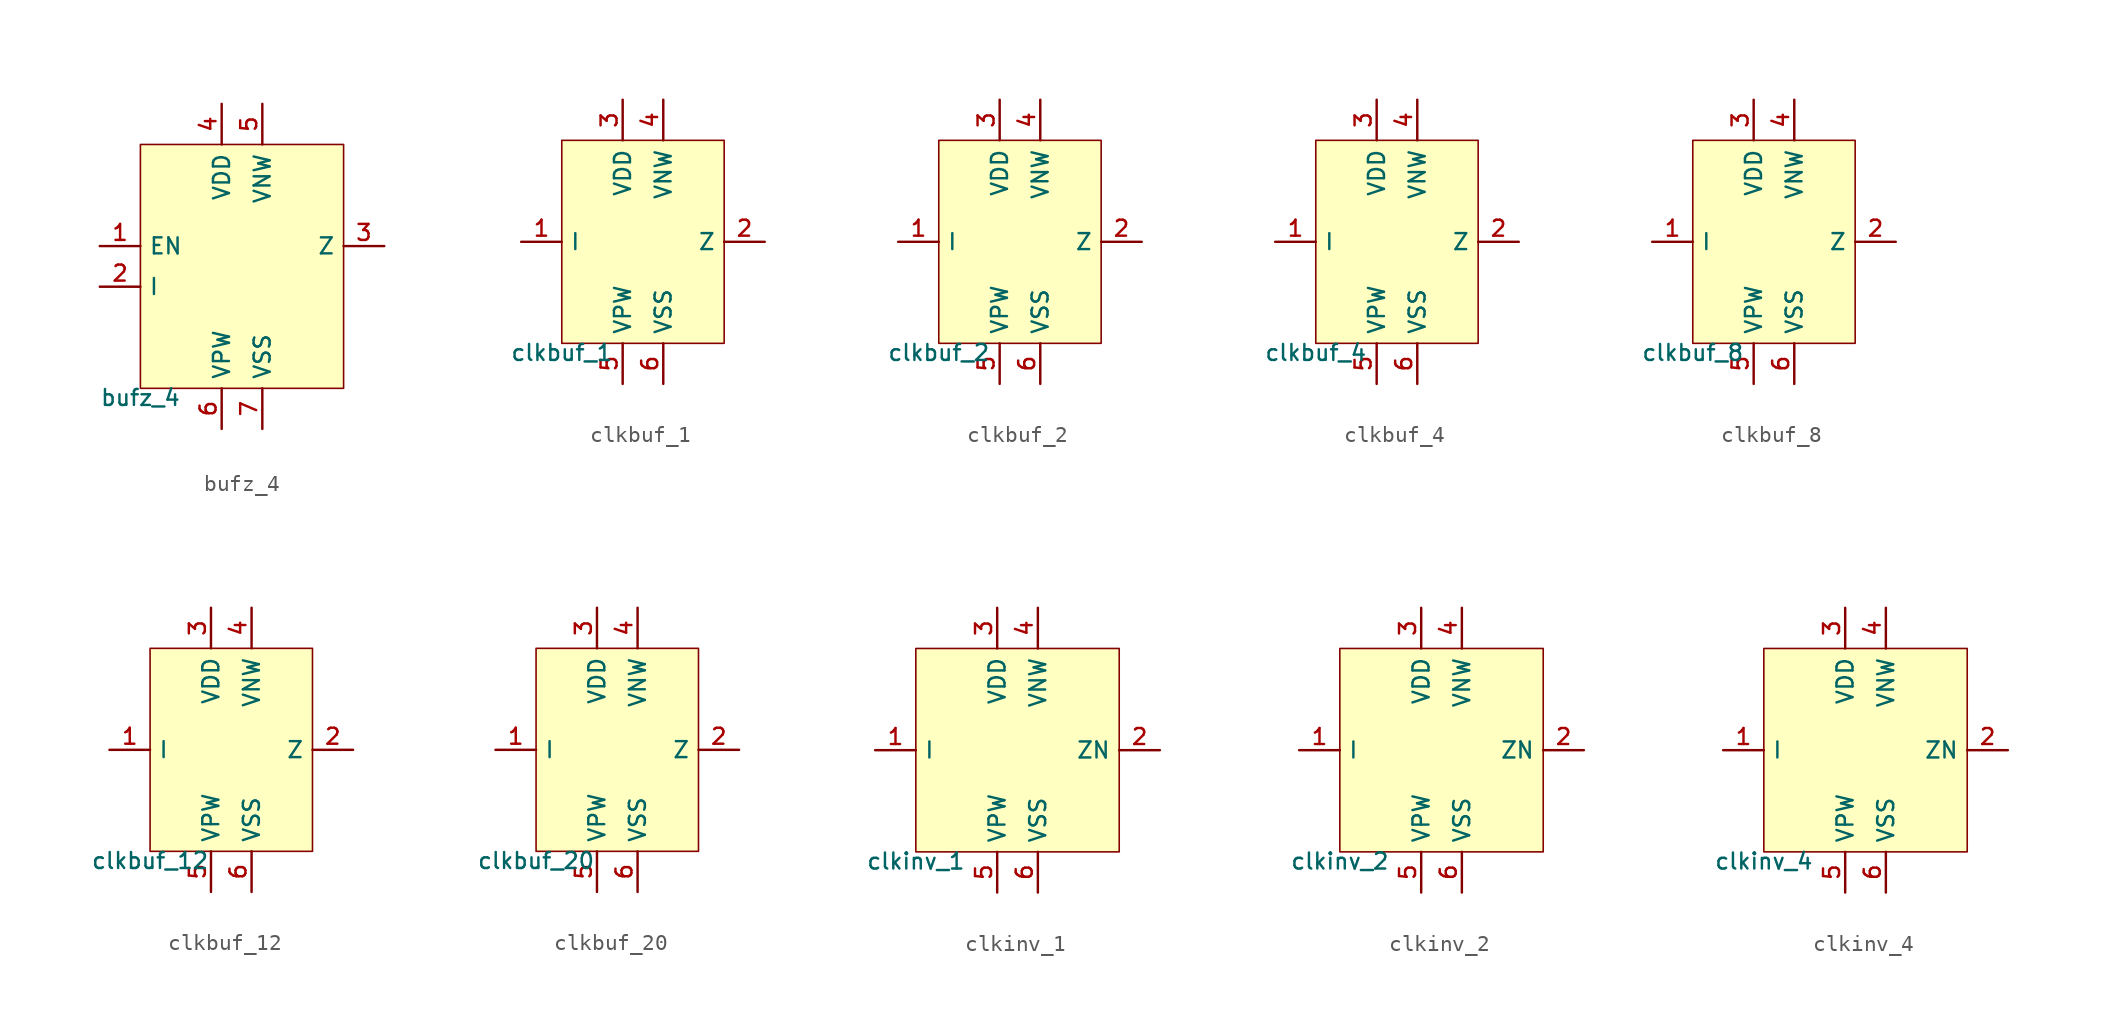
<source format=kicad_sym>
(kicad_symbol_lib
  (version 20211014)
  (generator pdk2kicad)
  (symbol "bufz_4"
    (property "Reference" "X"
      (at 0 0 0)
      (effects (font (size 1 1)) hide))
    (property "Value" "bufz_4"
      (at -6.35 -7.62 0)
      (effects (font (size 1 1)) (justify top)))
    (rectangle
      (start -6.35 -7.62)
      (end 6.35 7.62)
      (stroke (width 0.1) (type solid) (color 0 0 0 0))
      (fill (type background)))
    (pin input line
      (at -8.89 1.27 0)
      (length 2.54)
      (name "EN" (effects (font (size 1 1)) hide))
      (number "1" (effects (font (size 1 1)) hide)))
    (pin input line
      (at -8.89 -1.27 0)
      (length 2.54)
      (name "I" (effects (font (size 1 1)) hide))
      (number "2" (effects (font (size 1 1)) hide)))
    (pin output line
      (at 8.89 1.27 180)
      (length 2.54)
      (name "Z" (effects (font (size 1 1)) hide))
      (number "3" (effects (font (size 1 1)) hide)))
    (pin power_in line
      (at -1.27 10.16 270)
      (length 2.54)
      (name "VDD" (effects (font (size 1 1)) hide))
      (number "4" (effects (font (size 1 1)) hide)))
    (pin power_in line
      (at 1.27 10.16 270)
      (length 2.54)
      (name "VNW" (effects (font (size 1 1)) hide))
      (number "5" (effects (font (size 1 1)) hide)))
    (pin power_in line
      (at -1.27 -10.16 90)
      (length 2.54)
      (name "VPW" (effects (font (size 1 1)) hide))
      (number "6" (effects (font (size 1 1)) hide)))
    (pin power_in line
      (at 1.27 -10.16 90)
      (length 2.54)
      (name "VSS" (effects (font (size 1 1)) hide))
      (number "7" (effects (font (size 1 1)) hide))))
  (symbol "clkbuf_1"
    (property "Reference" "X"
      (at 0 0 0)
      (effects (font (size 1 1)) hide))
    (property "Value" "clkbuf_1"
      (at -5.08 -6.35 0)
      (effects (font (size 1 1)) (justify top)))
    (rectangle
      (start -5.08 -6.35)
      (end 5.08 6.35)
      (stroke (width 0.1) (type solid) (color 0 0 0 0))
      (fill (type background)))
    (pin input line
      (at -7.62 -4.440892098500626e-16 0)
      (length 2.54)
      (name "I" (effects (font (size 1 1)) hide))
      (number "1" (effects (font (size 1 1)) hide)))
    (pin output line
      (at 7.62 -4.440892098500626e-16 180)
      (length 2.54)
      (name "Z" (effects (font (size 1 1)) hide))
      (number "2" (effects (font (size 1 1)) hide)))
    (pin power_in line
      (at -1.27 8.89 270)
      (length 2.54)
      (name "VDD" (effects (font (size 1 1)) hide))
      (number "3" (effects (font (size 1 1)) hide)))
    (pin power_in line
      (at 1.27 8.89 270)
      (length 2.54)
      (name "VNW" (effects (font (size 1 1)) hide))
      (number "4" (effects (font (size 1 1)) hide)))
    (pin power_in line
      (at -1.27 -8.89 90)
      (length 2.54)
      (name "VPW" (effects (font (size 1 1)) hide))
      (number "5" (effects (font (size 1 1)) hide)))
    (pin power_in line
      (at 1.27 -8.89 90)
      (length 2.54)
      (name "VSS" (effects (font (size 1 1)) hide))
      (number "6" (effects (font (size 1 1)) hide))))
  (symbol "clkbuf_2"
    (property "Reference" "X"
      (at 0 0 0)
      (effects (font (size 1 1)) hide))
    (property "Value" "clkbuf_2"
      (at -5.08 -6.35 0)
      (effects (font (size 1 1)) (justify top)))
    (rectangle
      (start -5.08 -6.35)
      (end 5.08 6.35)
      (stroke (width 0.1) (type solid) (color 0 0 0 0))
      (fill (type background)))
    (pin input line
      (at -7.62 -4.440892098500626e-16 0)
      (length 2.54)
      (name "I" (effects (font (size 1 1)) hide))
      (number "1" (effects (font (size 1 1)) hide)))
    (pin output line
      (at 7.62 -4.440892098500626e-16 180)
      (length 2.54)
      (name "Z" (effects (font (size 1 1)) hide))
      (number "2" (effects (font (size 1 1)) hide)))
    (pin power_in line
      (at -1.27 8.89 270)
      (length 2.54)
      (name "VDD" (effects (font (size 1 1)) hide))
      (number "3" (effects (font (size 1 1)) hide)))
    (pin power_in line
      (at 1.27 8.89 270)
      (length 2.54)
      (name "VNW" (effects (font (size 1 1)) hide))
      (number "4" (effects (font (size 1 1)) hide)))
    (pin power_in line
      (at -1.27 -8.89 90)
      (length 2.54)
      (name "VPW" (effects (font (size 1 1)) hide))
      (number "5" (effects (font (size 1 1)) hide)))
    (pin power_in line
      (at 1.27 -8.89 90)
      (length 2.54)
      (name "VSS" (effects (font (size 1 1)) hide))
      (number "6" (effects (font (size 1 1)) hide))))
  (symbol "clkbuf_4"
    (property "Reference" "X"
      (at 0 0 0)
      (effects (font (size 1 1)) hide))
    (property "Value" "clkbuf_4"
      (at -5.08 -6.35 0)
      (effects (font (size 1 1)) (justify top)))
    (rectangle
      (start -5.08 -6.35)
      (end 5.08 6.35)
      (stroke (width 0.1) (type solid) (color 0 0 0 0))
      (fill (type background)))
    (pin input line
      (at -7.62 -4.440892098500626e-16 0)
      (length 2.54)
      (name "I" (effects (font (size 1 1)) hide))
      (number "1" (effects (font (size 1 1)) hide)))
    (pin output line
      (at 7.62 -4.440892098500626e-16 180)
      (length 2.54)
      (name "Z" (effects (font (size 1 1)) hide))
      (number "2" (effects (font (size 1 1)) hide)))
    (pin power_in line
      (at -1.27 8.89 270)
      (length 2.54)
      (name "VDD" (effects (font (size 1 1)) hide))
      (number "3" (effects (font (size 1 1)) hide)))
    (pin power_in line
      (at 1.27 8.89 270)
      (length 2.54)
      (name "VNW" (effects (font (size 1 1)) hide))
      (number "4" (effects (font (size 1 1)) hide)))
    (pin power_in line
      (at -1.27 -8.89 90)
      (length 2.54)
      (name "VPW" (effects (font (size 1 1)) hide))
      (number "5" (effects (font (size 1 1)) hide)))
    (pin power_in line
      (at 1.27 -8.89 90)
      (length 2.54)
      (name "VSS" (effects (font (size 1 1)) hide))
      (number "6" (effects (font (size 1 1)) hide))))
  (symbol "clkbuf_8"
    (property "Reference" "X"
      (at 0 0 0)
      (effects (font (size 1 1)) hide))
    (property "Value" "clkbuf_8"
      (at -5.08 -6.35 0)
      (effects (font (size 1 1)) (justify top)))
    (rectangle
      (start -5.08 -6.35)
      (end 5.08 6.35)
      (stroke (width 0.1) (type solid) (color 0 0 0 0))
      (fill (type background)))
    (pin input line
      (at -7.62 -4.440892098500626e-16 0)
      (length 2.54)
      (name "I" (effects (font (size 1 1)) hide))
      (number "1" (effects (font (size 1 1)) hide)))
    (pin output line
      (at 7.62 -4.440892098500626e-16 180)
      (length 2.54)
      (name "Z" (effects (font (size 1 1)) hide))
      (number "2" (effects (font (size 1 1)) hide)))
    (pin power_in line
      (at -1.27 8.89 270)
      (length 2.54)
      (name "VDD" (effects (font (size 1 1)) hide))
      (number "3" (effects (font (size 1 1)) hide)))
    (pin power_in line
      (at 1.27 8.89 270)
      (length 2.54)
      (name "VNW" (effects (font (size 1 1)) hide))
      (number "4" (effects (font (size 1 1)) hide)))
    (pin power_in line
      (at -1.27 -8.89 90)
      (length 2.54)
      (name "VPW" (effects (font (size 1 1)) hide))
      (number "5" (effects (font (size 1 1)) hide)))
    (pin power_in line
      (at 1.27 -8.89 90)
      (length 2.54)
      (name "VSS" (effects (font (size 1 1)) hide))
      (number "6" (effects (font (size 1 1)) hide))))
  (symbol "clkbuf_12"
    (property "Reference" "X"
      (at 0 0 0)
      (effects (font (size 1 1)) hide))
    (property "Value" "clkbuf_12"
      (at -5.08 -6.35 0)
      (effects (font (size 1 1)) (justify top)))
    (rectangle
      (start -5.08 -6.35)
      (end 5.08 6.35)
      (stroke (width 0.1) (type solid) (color 0 0 0 0))
      (fill (type background)))
    (pin input line
      (at -7.62 -4.440892098500626e-16 0)
      (length 2.54)
      (name "I" (effects (font (size 1 1)) hide))
      (number "1" (effects (font (size 1 1)) hide)))
    (pin output line
      (at 7.62 -4.440892098500626e-16 180)
      (length 2.54)
      (name "Z" (effects (font (size 1 1)) hide))
      (number "2" (effects (font (size 1 1)) hide)))
    (pin power_in line
      (at -1.27 8.89 270)
      (length 2.54)
      (name "VDD" (effects (font (size 1 1)) hide))
      (number "3" (effects (font (size 1 1)) hide)))
    (pin power_in line
      (at 1.27 8.89 270)
      (length 2.54)
      (name "VNW" (effects (font (size 1 1)) hide))
      (number "4" (effects (font (size 1 1)) hide)))
    (pin power_in line
      (at -1.27 -8.89 90)
      (length 2.54)
      (name "VPW" (effects (font (size 1 1)) hide))
      (number "5" (effects (font (size 1 1)) hide)))
    (pin power_in line
      (at 1.27 -8.89 90)
      (length 2.54)
      (name "VSS" (effects (font (size 1 1)) hide))
      (number "6" (effects (font (size 1 1)) hide))))
  (symbol "clkbuf_20"
    (property "Reference" "X"
      (at 0 0 0)
      (effects (font (size 1 1)) hide))
    (property "Value" "clkbuf_20"
      (at -5.08 -6.35 0)
      (effects (font (size 1 1)) (justify top)))
    (rectangle
      (start -5.08 -6.35)
      (end 5.08 6.35)
      (stroke (width 0.1) (type solid) (color 0 0 0 0))
      (fill (type background)))
    (pin input line
      (at -7.62 -4.440892098500626e-16 0)
      (length 2.54)
      (name "I" (effects (font (size 1 1)) hide))
      (number "1" (effects (font (size 1 1)) hide)))
    (pin output line
      (at 7.62 -4.440892098500626e-16 180)
      (length 2.54)
      (name "Z" (effects (font (size 1 1)) hide))
      (number "2" (effects (font (size 1 1)) hide)))
    (pin power_in line
      (at -1.27 8.89 270)
      (length 2.54)
      (name "VDD" (effects (font (size 1 1)) hide))
      (number "3" (effects (font (size 1 1)) hide)))
    (pin power_in line
      (at 1.27 8.89 270)
      (length 2.54)
      (name "VNW" (effects (font (size 1 1)) hide))
      (number "4" (effects (font (size 1 1)) hide)))
    (pin power_in line
      (at -1.27 -8.89 90)
      (length 2.54)
      (name "VPW" (effects (font (size 1 1)) hide))
      (number "5" (effects (font (size 1 1)) hide)))
    (pin power_in line
      (at 1.27 -8.89 90)
      (length 2.54)
      (name "VSS" (effects (font (size 1 1)) hide))
      (number "6" (effects (font (size 1 1)) hide))))
  (symbol "clkinv_1"
    (property "Reference" "X"
      (at 0 0 0)
      (effects (font (size 1 1)) hide))
    (property "Value" "clkinv_1"
      (at -6.35 -6.35 0)
      (effects (font (size 1 1)) (justify top)))
    (rectangle
      (start -6.35 -6.35)
      (end 6.35 6.35)
      (stroke (width 0.1) (type solid) (color 0 0 0 0))
      (fill (type background)))
    (pin input line
      (at -8.89 -4.440892098500626e-16 0)
      (length 2.54)
      (name "I" (effects (font (size 1 1)) hide))
      (number "1" (effects (font (size 1 1)) hide)))
    (pin output line
      (at 8.89 -4.440892098500626e-16 180)
      (length 2.54)
      (name "ZN" (effects (font (size 1 1)) hide))
      (number "2" (effects (font (size 1 1)) hide)))
    (pin power_in line
      (at -1.27 8.89 270)
      (length 2.54)
      (name "VDD" (effects (font (size 1 1)) hide))
      (number "3" (effects (font (size 1 1)) hide)))
    (pin power_in line
      (at 1.27 8.89 270)
      (length 2.54)
      (name "VNW" (effects (font (size 1 1)) hide))
      (number "4" (effects (font (size 1 1)) hide)))
    (pin power_in line
      (at -1.27 -8.89 90)
      (length 2.54)
      (name "VPW" (effects (font (size 1 1)) hide))
      (number "5" (effects (font (size 1 1)) hide)))
    (pin power_in line
      (at 1.27 -8.89 90)
      (length 2.54)
      (name "VSS" (effects (font (size 1 1)) hide))
      (number "6" (effects (font (size 1 1)) hide))))
  (symbol "clkinv_2"
    (property "Reference" "X"
      (at 0 0 0)
      (effects (font (size 1 1)) hide))
    (property "Value" "clkinv_2"
      (at -6.35 -6.35 0)
      (effects (font (size 1 1)) (justify top)))
    (rectangle
      (start -6.35 -6.35)
      (end 6.35 6.35)
      (stroke (width 0.1) (type solid) (color 0 0 0 0))
      (fill (type background)))
    (pin input line
      (at -8.89 -4.440892098500626e-16 0)
      (length 2.54)
      (name "I" (effects (font (size 1 1)) hide))
      (number "1" (effects (font (size 1 1)) hide)))
    (pin output line
      (at 8.89 -4.440892098500626e-16 180)
      (length 2.54)
      (name "ZN" (effects (font (size 1 1)) hide))
      (number "2" (effects (font (size 1 1)) hide)))
    (pin power_in line
      (at -1.27 8.89 270)
      (length 2.54)
      (name "VDD" (effects (font (size 1 1)) hide))
      (number "3" (effects (font (size 1 1)) hide)))
    (pin power_in line
      (at 1.27 8.89 270)
      (length 2.54)
      (name "VNW" (effects (font (size 1 1)) hide))
      (number "4" (effects (font (size 1 1)) hide)))
    (pin power_in line
      (at -1.27 -8.89 90)
      (length 2.54)
      (name "VPW" (effects (font (size 1 1)) hide))
      (number "5" (effects (font (size 1 1)) hide)))
    (pin power_in line
      (at 1.27 -8.89 90)
      (length 2.54)
      (name "VSS" (effects (font (size 1 1)) hide))
      (number "6" (effects (font (size 1 1)) hide))))
  (symbol "clkinv_4"
    (property "Reference" "X"
      (at 0 0 0)
      (effects (font (size 1 1)) hide))
    (property "Value" "clkinv_4"
      (at -6.35 -6.35 0)
      (effects (font (size 1 1)) (justify top)))
    (rectangle
      (start -6.35 -6.35)
      (end 6.35 6.35)
      (stroke (width 0.1) (type solid) (color 0 0 0 0))
      (fill (type background)))
    (pin input line
      (at -8.89 -4.440892098500626e-16 0)
      (length 2.54)
      (name "I" (effects (font (size 1 1)) hide))
      (number "1" (effects (font (size 1 1)) hide)))
    (pin output line
      (at 8.89 -4.440892098500626e-16 180)
      (length 2.54)
      (name "ZN" (effects (font (size 1 1)) hide))
      (number "2" (effects (font (size 1 1)) hide)))
    (pin power_in line
      (at -1.27 8.89 270)
      (length 2.54)
      (name "VDD" (effects (font (size 1 1)) hide))
      (number "3" (effects (font (size 1 1)) hide)))
    (pin power_in line
      (at 1.27 8.89 270)
      (length 2.54)
      (name "VNW" (effects (font (size 1 1)) hide))
      (number "4" (effects (font (size 1 1)) hide)))
    (pin power_in line
      (at -1.27 -8.89 90)
      (length 2.54)
      (name "VPW" (effects (font (size 1 1)) hide))
      (number "5" (effects (font (size 1 1)) hide)))
    (pin power_in line
      (at 1.27 -8.89 90)
      (length 2.54)
      (name "VSS" (effects (font (size 1 1)) hide))
      (number "6" (effects (font (size 1 1)) hide)))))
</source>
